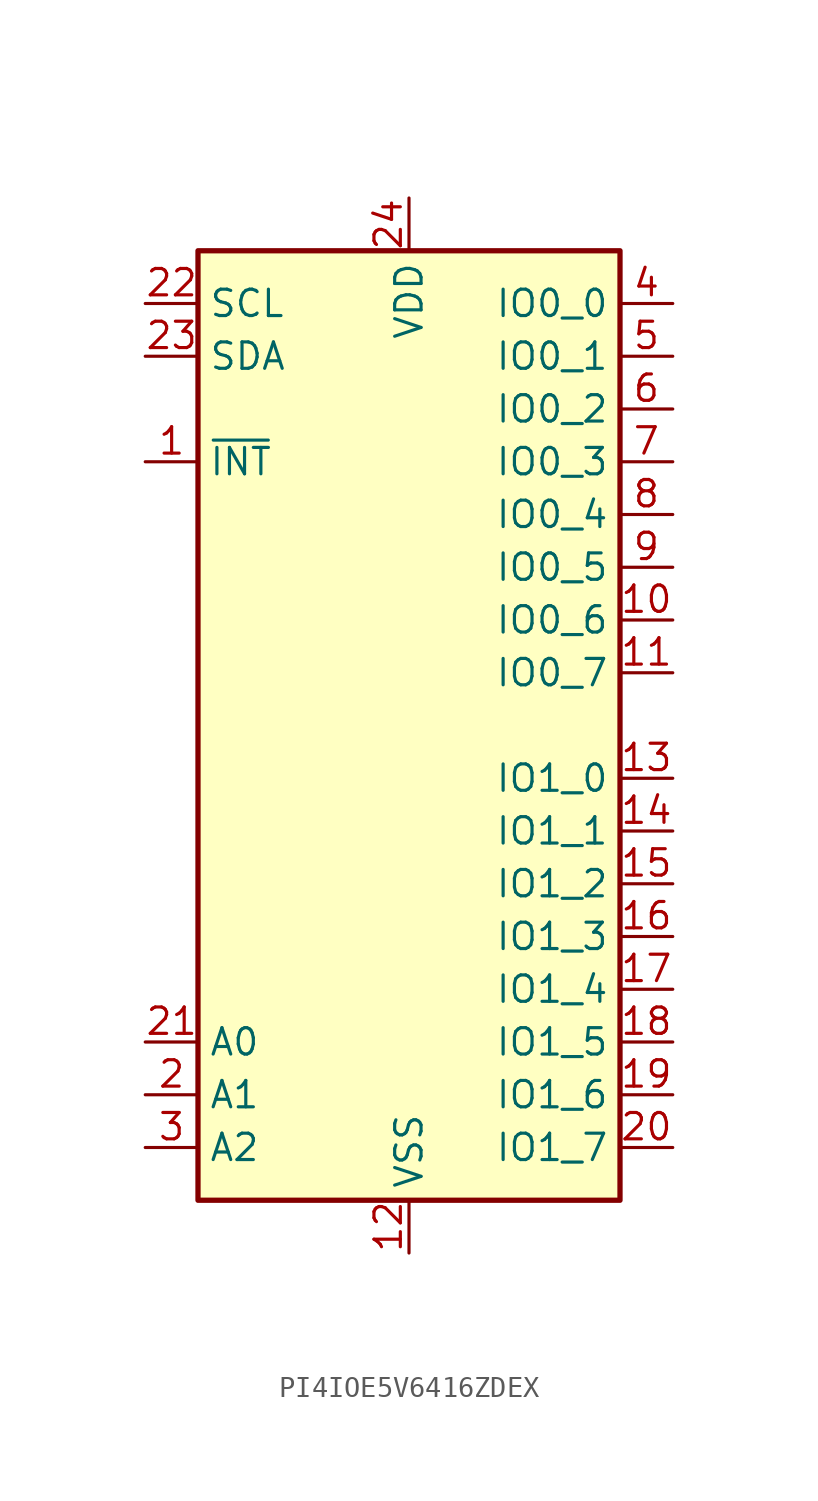
<source format=kicad_sym>
(kicad_symbol_lib
  (version 20241209)
  (generator "kicad_symbol_editor")
  (generator_version "9.0")
  (symbol "PI4IOE5V6416ZDEX"
    (property "Reference" "U"
      (at -20.574 8.89 0)
      (effects (font (size 1.27 1.27)) (hide yes)))
    (property "Value" ""
      (at 0 0 0)
      (effects (font (size 1.27 1.27))))
    (symbol "PI4IOE5V6416ZDEX_0_1"
      (rectangle (start -10.16 22.86) (end 10.16 -22.86) (stroke (width 0.254) (type default)) (fill (type background))))
    (symbol "PI4IOE5V6416ZDEX_1_1"
      (pin input line (at -12.7 20.32 0) (length 2.54) (name "SCL" (effects (font (size 1.27 1.27)))) (number "22" (effects (font (size 1.27 1.27)))))
      (pin bidirectional line (at -12.7 17.78 0) (length 2.54) (name "SDA" (effects (font (size 1.27 1.27)))) (number "23" (effects (font (size 1.27 1.27)))))
      (pin open_collector line (at -12.7 12.7 0) (length 2.54) (name "~{INT}" (effects (font (size 1.27 1.27)))) (number "1" (effects (font (size 1.27 1.27)))))
      (pin input line (at -12.7 -15.24 0) (length 2.54) (name "A0" (effects (font (size 1.27 1.27)))) (number "21" (effects (font (size 1.27 1.27)))))
      (pin input line (at -12.7 -17.78 0) (length 2.54) (name "A1" (effects (font (size 1.27 1.27)))) (number "2" (effects (font (size 1.27 1.27)))))
      (pin input line (at -12.7 -20.32 0) (length 2.54) (name "A2" (effects (font (size 1.27 1.27)))) (number "3" (effects (font (size 1.27 1.27)))))
      (pin power_in line (at 0 25.4 270) (length 2.54) (name "VDD" (effects (font (size 1.27 1.27)))) (number "24" (effects (font (size 1.27 1.27)))))
      (pin power_in line (at 0 -25.4 90) (length 2.54) (name "VSS" (effects (font (size 1.27 1.27)))) (number "12" (effects (font (size 1.27 1.27)))))
      (pin bidirectional line (at 12.7 20.32 180) (length 2.54) (name "IO0_0" (effects (font (size 1.27 1.27)))) (number "4" (effects (font (size 1.27 1.27)))))
      (pin bidirectional line (at 12.7 17.78 180) (length 2.54) (name "IO0_1" (effects (font (size 1.27 1.27)))) (number "5" (effects (font (size 1.27 1.27)))))
      (pin bidirectional line (at 12.7 15.24 180) (length 2.54) (name "IO0_2" (effects (font (size 1.27 1.27)))) (number "6" (effects (font (size 1.27 1.27)))))
      (pin bidirectional line (at 12.7 12.7 180) (length 2.54) (name "IO0_3" (effects (font (size 1.27 1.27)))) (number "7" (effects (font (size 1.27 1.27)))))
      (pin bidirectional line (at 12.7 10.16 180) (length 2.54) (name "IO0_4" (effects (font (size 1.27 1.27)))) (number "8" (effects (font (size 1.27 1.27)))))
      (pin bidirectional line (at 12.7 7.62 180) (length 2.54) (name "IO0_5" (effects (font (size 1.27 1.27)))) (number "9" (effects (font (size 1.27 1.27)))))
      (pin bidirectional line (at 12.7 5.08 180) (length 2.54) (name "IO0_6" (effects (font (size 1.27 1.27)))) (number "10" (effects (font (size 1.27 1.27)))))
      (pin bidirectional line (at 12.7 2.54 180) (length 2.54) (name "IO0_7" (effects (font (size 1.27 1.27)))) (number "11" (effects (font (size 1.27 1.27)))))
      (pin bidirectional line (at 12.7 -2.54 180) (length 2.54) (name "IO1_0" (effects (font (size 1.27 1.27)))) (number "13" (effects (font (size 1.27 1.27)))))
      (pin bidirectional line (at 12.7 -5.08 180) (length 2.54) (name "IO1_1" (effects (font (size 1.27 1.27)))) (number "14" (effects (font (size 1.27 1.27)))))
      (pin bidirectional line (at 12.7 -7.62 180) (length 2.54) (name "IO1_2" (effects (font (size 1.27 1.27)))) (number "15" (effects (font (size 1.27 1.27)))))
      (pin bidirectional line (at 12.7 -10.16 180) (length 2.54) (name "IO1_3" (effects (font (size 1.27 1.27)))) (number "16" (effects (font (size 1.27 1.27)))))
      (pin bidirectional line (at 12.7 -12.7 180) (length 2.54) (name "IO1_4" (effects (font (size 1.27 1.27)))) (number "17" (effects (font (size 1.27 1.27)))))
      (pin bidirectional line (at 12.7 -15.24 180) (length 2.54) (name "IO1_5" (effects (font (size 1.27 1.27)))) (number "18" (effects (font (size 1.27 1.27)))))
      (pin bidirectional line (at 12.7 -17.78 180) (length 2.54) (name "IO1_6" (effects (font (size 1.27 1.27)))) (number "19" (effects (font (size 1.27 1.27)))))
      (pin bidirectional line (at 12.7 -20.32 180) (length 2.54) (name "IO1_7" (effects (font (size 1.27 1.27)))) (number "20" (effects (font (size 1.27 1.27))))))))
</source>
